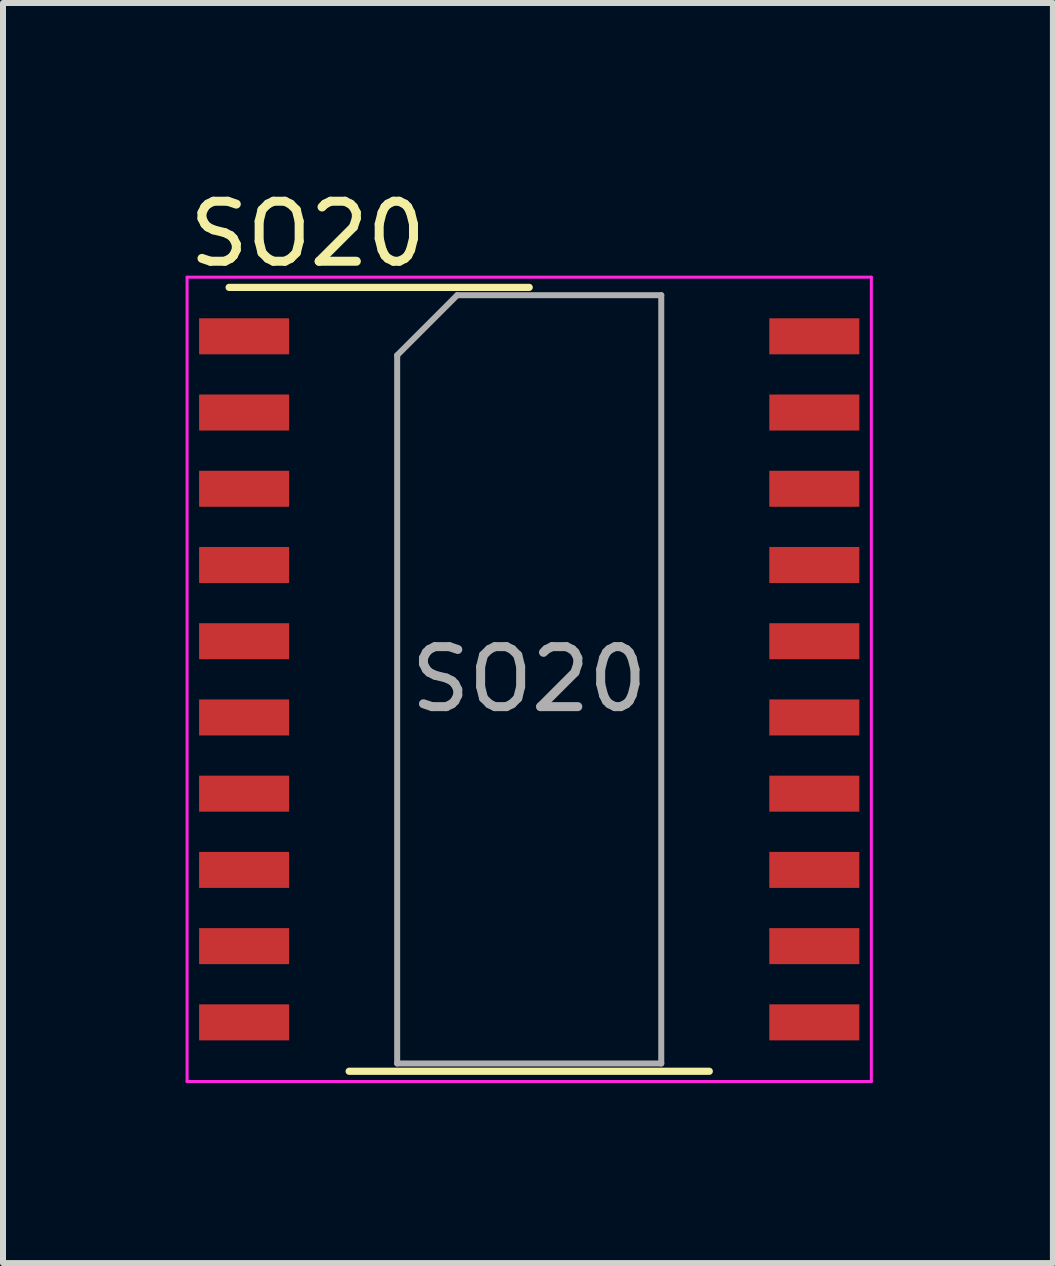
<source format=kicad_pcb>
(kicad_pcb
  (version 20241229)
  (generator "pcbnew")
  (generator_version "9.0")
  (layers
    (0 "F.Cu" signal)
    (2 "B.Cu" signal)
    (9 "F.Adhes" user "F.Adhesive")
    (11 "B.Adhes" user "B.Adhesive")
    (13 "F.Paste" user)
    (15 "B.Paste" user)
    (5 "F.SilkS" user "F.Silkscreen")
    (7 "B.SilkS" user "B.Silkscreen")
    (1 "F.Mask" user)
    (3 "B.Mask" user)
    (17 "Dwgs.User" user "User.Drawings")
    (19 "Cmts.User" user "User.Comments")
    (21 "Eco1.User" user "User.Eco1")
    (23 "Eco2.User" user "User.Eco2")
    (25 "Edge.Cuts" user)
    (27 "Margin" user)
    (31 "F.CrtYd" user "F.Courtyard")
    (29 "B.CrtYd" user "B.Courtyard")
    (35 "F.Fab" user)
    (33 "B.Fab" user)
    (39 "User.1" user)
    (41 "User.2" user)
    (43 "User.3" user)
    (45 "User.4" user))
  (footprint "SO20"
    (layer "F.Cu")
    (at 5.767 8.268)
    (property "Reference" "SO20" (at -3.69 -7.42 0) (layer "F.SilkS") (effects (font (size 1 1) (thickness 0.15))))
    (attr smd)
    (fp_line (start -5 -6.53) (end 0 -6.53) (stroke (width 0.12) (type solid)) (layer "F.SilkS"))
    (fp_line (start -3 6.53) (end 3 6.53) (stroke (width 0.12) (type solid)) (layer "F.SilkS"))
    (fp_line (start -5.7 -6.7) (end 5.7 -6.7) (stroke (width 0.05) (type solid)) (layer "F.CrtYd"))
    (fp_line (start -5.7 6.7) (end -5.7 -6.7) (stroke (width 0.05) (type solid)) (layer "F.CrtYd"))
    (fp_line (start 5.7 -6.7) (end 5.7 6.7) (stroke (width 0.05) (type solid)) (layer "F.CrtYd"))
    (fp_line (start 5.7 6.7) (end -5.7 6.7) (stroke (width 0.05) (type solid)) (layer "F.CrtYd"))
    (fp_line (start -2.2 -5.4) (end -1.2 -6.4) (stroke (width 0.1) (type solid)) (layer "F.Fab"))
    (fp_line (start -2.2 6.4) (end -2.2 -5.4) (stroke (width 0.1) (type solid)) (layer "F.Fab"))
    (fp_line (start -1.2 -6.4) (end 2.2 -6.4) (stroke (width 0.1) (type solid)) (layer "F.Fab"))
    (fp_line (start 2.2 -6.4) (end 2.2 6.4) (stroke (width 0.1) (type solid)) (layer "F.Fab"))
    (fp_line (start 2.2 6.4) (end -2.2 6.4) (stroke (width 0.1) (type solid)) (layer "F.Fab"))
    (fp_text user "${REFERENCE}" (at 0 0 0) (layer "F.Fab") (effects (font (size 1 1) (thickness 0.15))))
    (pad "1" smd rect (at -4.75 -5.715) (size 1.5 0.6) (layers "F.Cu" "F.Mask" "F.Paste"))
    (pad "2" smd rect (at -4.75 -4.445) (size 1.5 0.6) (layers "F.Cu" "F.Mask" "F.Paste"))
    (pad "3" smd rect (at -4.75 -3.175) (size 1.5 0.6) (layers "F.Cu" "F.Mask" "F.Paste"))
    (pad "4" smd rect (at -4.75 -1.905) (size 1.5 0.6) (layers "F.Cu" "F.Mask" "F.Paste"))
    (pad "5" smd rect (at -4.75 -0.635) (size 1.5 0.6) (layers "F.Cu" "F.Mask" "F.Paste"))
    (pad "6" smd rect (at -4.75 0.635) (size 1.5 0.6) (layers "F.Cu" "F.Mask" "F.Paste"))
    (pad "7" smd rect (at -4.75 1.905) (size 1.5 0.6) (layers "F.Cu" "F.Mask" "F.Paste"))
    (pad "8" smd rect (at -4.75 3.175) (size 1.5 0.6) (layers "F.Cu" "F.Mask" "F.Paste"))
    (pad "9" smd rect (at -4.75 4.445) (size 1.5 0.6) (layers "F.Cu" "F.Mask" "F.Paste"))
    (pad "10" smd rect (at -4.75 5.715) (size 1.5 0.6) (layers "F.Cu" "F.Mask" "F.Paste"))
    (pad "11" smd rect (at 4.75 5.715) (size 1.5 0.6) (layers "F.Cu" "F.Mask" "F.Paste"))
    (pad "12" smd rect (at 4.75 4.445) (size 1.5 0.6) (layers "F.Cu" "F.Mask" "F.Paste"))
    (pad "13" smd rect (at 4.75 3.175) (size 1.5 0.6) (layers "F.Cu" "F.Mask" "F.Paste"))
    (pad "14" smd rect (at 4.75 1.905) (size 1.5 0.6) (layers "F.Cu" "F.Mask" "F.Paste"))
    (pad "15" smd rect (at 4.75 0.635) (size 1.5 0.6) (layers "F.Cu" "F.Mask" "F.Paste"))
    (pad "16" smd rect (at 4.75 -0.635) (size 1.5 0.6) (layers "F.Cu" "F.Mask" "F.Paste"))
    (pad "17" smd rect (at 4.75 -1.905) (size 1.5 0.6) (layers "F.Cu" "F.Mask" "F.Paste"))
    (pad "18" smd rect (at 4.75 -3.175) (size 1.5 0.6) (layers "F.Cu" "F.Mask" "F.Paste"))
    (pad "19" smd rect (at 4.75 -4.445) (size 1.5 0.6) (layers "F.Cu" "F.Mask" "F.Paste"))
    (pad "20" smd rect (at 4.75 -5.715) (size 1.5 0.6) (layers "F.Cu" "F.Mask" "F.Paste")))
  (gr_rect
    (start -3 -3)
    (end 14.492 17.993)
    (stroke (width 0.1) (type default))
    (fill no)
    (layer "Edge.Cuts")))
</source>
